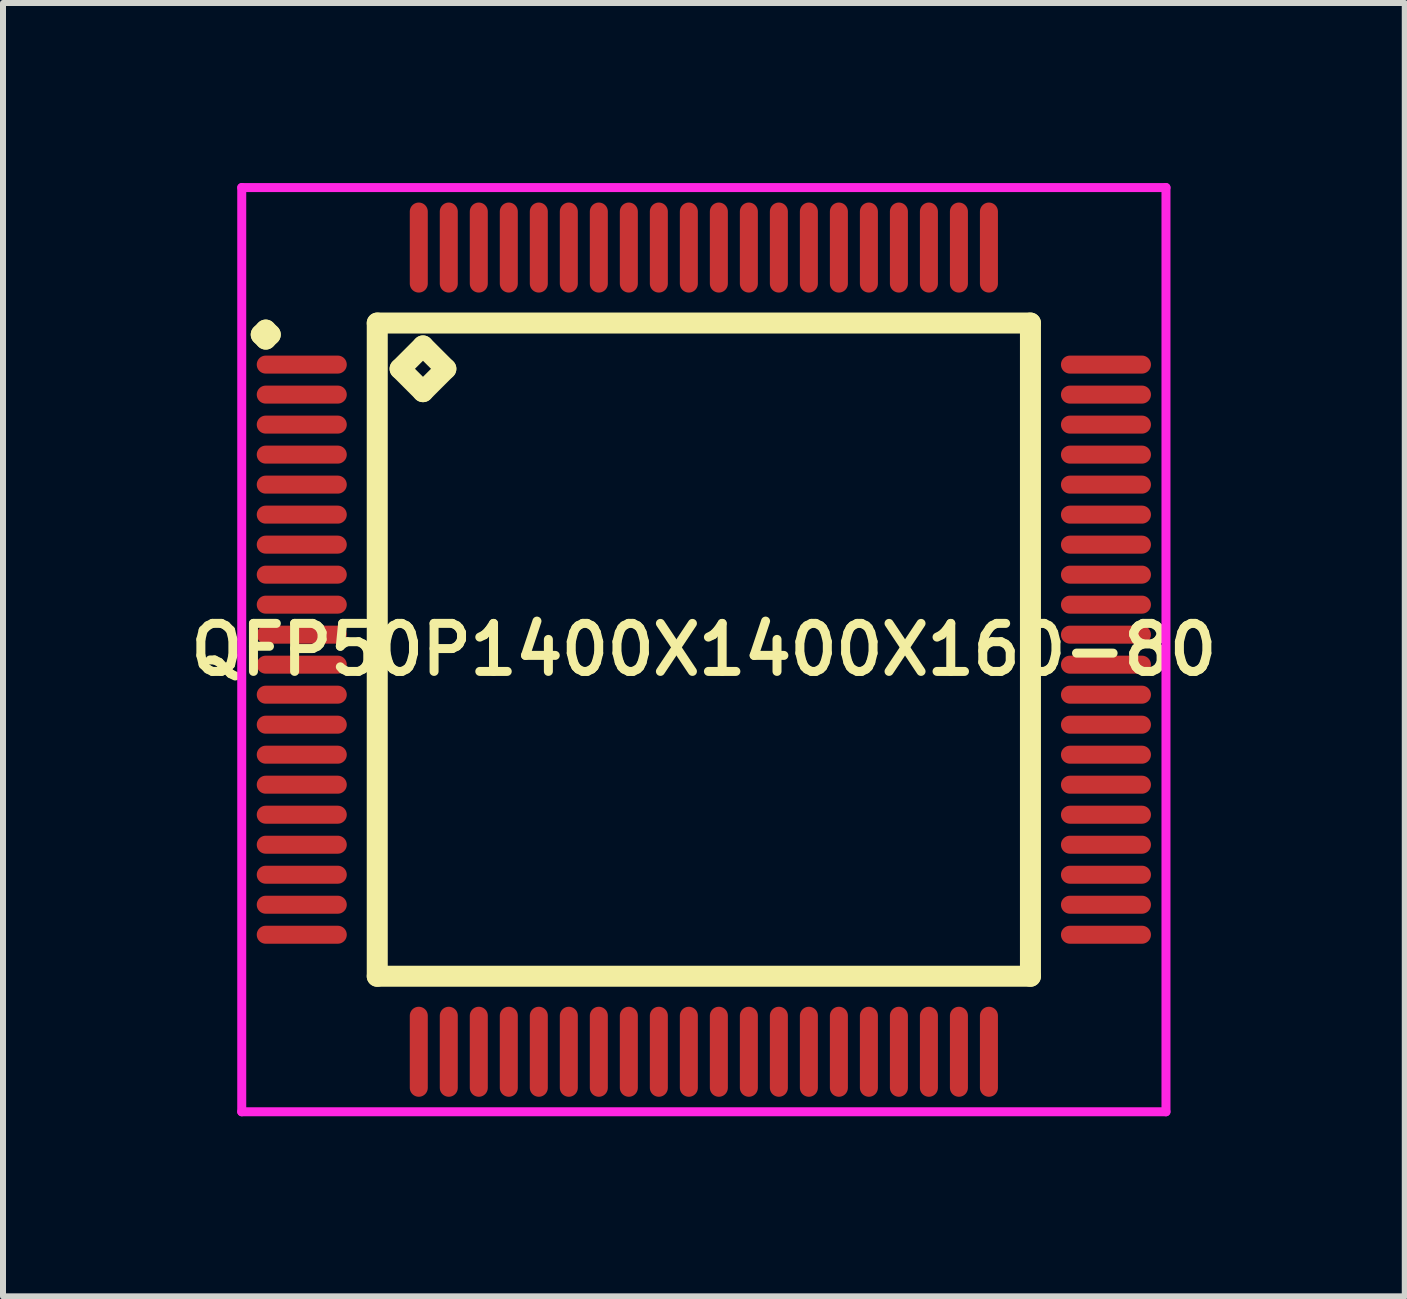
<source format=kicad_pcb>
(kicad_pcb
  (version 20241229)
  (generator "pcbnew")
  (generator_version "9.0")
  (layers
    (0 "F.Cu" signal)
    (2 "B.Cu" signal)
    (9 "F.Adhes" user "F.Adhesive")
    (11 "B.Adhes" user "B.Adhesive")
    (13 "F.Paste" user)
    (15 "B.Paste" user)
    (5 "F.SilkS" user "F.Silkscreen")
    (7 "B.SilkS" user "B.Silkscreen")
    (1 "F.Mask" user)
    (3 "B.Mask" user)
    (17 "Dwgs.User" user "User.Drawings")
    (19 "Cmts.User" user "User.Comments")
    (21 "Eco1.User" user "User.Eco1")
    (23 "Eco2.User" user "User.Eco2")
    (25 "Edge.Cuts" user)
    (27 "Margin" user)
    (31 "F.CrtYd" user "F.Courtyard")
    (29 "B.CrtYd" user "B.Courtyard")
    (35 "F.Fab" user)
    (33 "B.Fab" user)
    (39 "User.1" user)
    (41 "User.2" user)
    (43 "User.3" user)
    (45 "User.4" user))
  (footprint "QFP50P1400X1400X160-80"
    (layer "F.Cu")
    (at 8.678 7.775)
    (property "Reference" "QFP50P1400X1400X160-80" (at 0 0 0) (layer "F.SilkS") (effects (font (size 0.8 0.8) (thickness 0.15))))
    (attr smd)
    (fp_line (start -7.375 -5.25) (end -7.3 -5.325) (stroke (width 0.35) (type solid)) (layer "F.SilkS"))
    (fp_line (start -7.3 -5.325) (end -7.225 -5.25) (stroke (width 0.35) (type solid)) (layer "F.SilkS"))
    (fp_line (start -7.3 -5.175) (end -7.375 -5.25) (stroke (width 0.35) (type solid)) (layer "F.SilkS"))
    (fp_line (start -7.225 -5.25) (end -7.3 -5.175) (stroke (width 0.35) (type solid)) (layer "F.SilkS"))
    (fp_line (start -5.442 -5.442) (end -5.442 5.442) (stroke (width 0.35) (type solid)) (layer "F.SilkS"))
    (fp_line (start -5.442 5.442) (end 5.442 5.442) (stroke (width 0.35) (type solid)) (layer "F.SilkS"))
    (fp_line (start -5.061 -4.68) (end -4.68 -5.061) (stroke (width 0.35) (type solid)) (layer "F.SilkS"))
    (fp_line (start -4.68 -5.061) (end -4.299 -4.68) (stroke (width 0.35) (type solid)) (layer "F.SilkS"))
    (fp_line (start -4.68 -4.299) (end -5.061 -4.68) (stroke (width 0.35) (type solid)) (layer "F.SilkS"))
    (fp_line (start -4.299 -4.68) (end -4.68 -4.299) (stroke (width 0.35) (type solid)) (layer "F.SilkS"))
    (fp_line (start 5.442 -5.442) (end -5.442 -5.442) (stroke (width 0.35) (type solid)) (layer "F.SilkS"))
    (fp_line (start 5.442 5.442) (end 5.442 -5.442) (stroke (width 0.35) (type solid)) (layer "F.SilkS"))
    (fp_line (start -7.7 -7.7) (end 7.7 -7.7) (stroke (width 0.15) (type solid)) (layer "F.CrtYd"))
    (fp_line (start -7.7 7.7) (end -7.7 -7.7) (stroke (width 0.15) (type solid)) (layer "F.CrtYd"))
    (fp_line (start 7.7 -7.7) (end 7.7 7.7) (stroke (width 0.15) (type solid)) (layer "F.CrtYd"))
    (fp_line (start 7.7 7.7) (end -7.7 7.7) (stroke (width 0.15) (type solid)) (layer "F.CrtYd"))
    (pad "1" smd oval (at -6.7 -4.75) (size 1.5 0.3) (layers "F.Cu" "F.Mask" "F.Paste"))
    (pad "2" smd oval (at -6.7 -4.25) (size 1.5 0.3) (layers "F.Cu" "F.Mask" "F.Paste"))
    (pad "3" smd oval (at -6.7 -3.75) (size 1.5 0.3) (layers "F.Cu" "F.Mask" "F.Paste"))
    (pad "4" smd oval (at -6.7 -3.25) (size 1.5 0.3) (layers "F.Cu" "F.Mask" "F.Paste"))
    (pad "5" smd oval (at -6.7 -2.75) (size 1.5 0.3) (layers "F.Cu" "F.Mask" "F.Paste"))
    (pad "6" smd oval (at -6.7 -2.25) (size 1.5 0.3) (layers "F.Cu" "F.Mask" "F.Paste"))
    (pad "7" smd oval (at -6.7 -1.75) (size 1.5 0.3) (layers "F.Cu" "F.Mask" "F.Paste"))
    (pad "8" smd oval (at -6.7 -1.25) (size 1.5 0.3) (layers "F.Cu" "F.Mask" "F.Paste"))
    (pad "9" smd oval (at -6.7 -0.75) (size 1.5 0.3) (layers "F.Cu" "F.Mask" "F.Paste"))
    (pad "10" smd oval (at -6.7 -0.25) (size 1.5 0.3) (layers "F.Cu" "F.Mask" "F.Paste"))
    (pad "11" smd oval (at -6.7 0.25) (size 1.5 0.3) (layers "F.Cu" "F.Mask" "F.Paste"))
    (pad "12" smd oval (at -6.7 0.75) (size 1.5 0.3) (layers "F.Cu" "F.Mask" "F.Paste"))
    (pad "13" smd oval (at -6.7 1.25) (size 1.5 0.3) (layers "F.Cu" "F.Mask" "F.Paste"))
    (pad "14" smd oval (at -6.7 1.75) (size 1.5 0.3) (layers "F.Cu" "F.Mask" "F.Paste"))
    (pad "15" smd oval (at -6.7 2.25) (size 1.5 0.3) (layers "F.Cu" "F.Mask" "F.Paste"))
    (pad "16" smd oval (at -6.7 2.75) (size 1.5 0.3) (layers "F.Cu" "F.Mask" "F.Paste"))
    (pad "17" smd oval (at -6.7 3.25) (size 1.5 0.3) (layers "F.Cu" "F.Mask" "F.Paste"))
    (pad "18" smd oval (at -6.7 3.75) (size 1.5 0.3) (layers "F.Cu" "F.Mask" "F.Paste"))
    (pad "19" smd oval (at -6.7 4.25) (size 1.5 0.3) (layers "F.Cu" "F.Mask" "F.Paste"))
    (pad "20" smd oval (at -6.7 4.75) (size 1.5 0.3) (layers "F.Cu" "F.Mask" "F.Paste"))
    (pad "21" smd oval (at -4.75 6.7) (size 0.3 1.5) (layers "F.Cu" "F.Mask" "F.Paste"))
    (pad "22" smd oval (at -4.25 6.7) (size 0.3 1.5) (layers "F.Cu" "F.Mask" "F.Paste"))
    (pad "23" smd oval (at -3.75 6.7) (size 0.3 1.5) (layers "F.Cu" "F.Mask" "F.Paste"))
    (pad "24" smd oval (at -3.25 6.7) (size 0.3 1.5) (layers "F.Cu" "F.Mask" "F.Paste"))
    (pad "25" smd oval (at -2.75 6.7) (size 0.3 1.5) (layers "F.Cu" "F.Mask" "F.Paste"))
    (pad "26" smd oval (at -2.25 6.7) (size 0.3 1.5) (layers "F.Cu" "F.Mask" "F.Paste"))
    (pad "27" smd oval (at -1.75 6.7) (size 0.3 1.5) (layers "F.Cu" "F.Mask" "F.Paste"))
    (pad "28" smd oval (at -1.25 6.7) (size 0.3 1.5) (layers "F.Cu" "F.Mask" "F.Paste"))
    (pad "29" smd oval (at -0.75 6.7) (size 0.3 1.5) (layers "F.Cu" "F.Mask" "F.Paste"))
    (pad "30" smd oval (at -0.25 6.7) (size 0.3 1.5) (layers "F.Cu" "F.Mask" "F.Paste"))
    (pad "31" smd oval (at 0.25 6.7) (size 0.3 1.5) (layers "F.Cu" "F.Mask" "F.Paste"))
    (pad "32" smd oval (at 0.75 6.7) (size 0.3 1.5) (layers "F.Cu" "F.Mask" "F.Paste"))
    (pad "33" smd oval (at 1.25 6.7) (size 0.3 1.5) (layers "F.Cu" "F.Mask" "F.Paste"))
    (pad "34" smd oval (at 1.75 6.7) (size 0.3 1.5) (layers "F.Cu" "F.Mask" "F.Paste"))
    (pad "35" smd oval (at 2.25 6.7) (size 0.3 1.5) (layers "F.Cu" "F.Mask" "F.Paste"))
    (pad "36" smd oval (at 2.75 6.7) (size 0.3 1.5) (layers "F.Cu" "F.Mask" "F.Paste"))
    (pad "37" smd oval (at 3.25 6.7) (size 0.3 1.5) (layers "F.Cu" "F.Mask" "F.Paste"))
    (pad "38" smd oval (at 3.75 6.7) (size 0.3 1.5) (layers "F.Cu" "F.Mask" "F.Paste"))
    (pad "39" smd oval (at 4.25 6.7) (size 0.3 1.5) (layers "F.Cu" "F.Mask" "F.Paste"))
    (pad "40" smd oval (at 4.75 6.7) (size 0.3 1.5) (layers "F.Cu" "F.Mask" "F.Paste"))
    (pad "41" smd oval (at 6.7 4.75) (size 1.5 0.3) (layers "F.Cu" "F.Mask" "F.Paste"))
    (pad "42" smd oval (at 6.7 4.25) (size 1.5 0.3) (layers "F.Cu" "F.Mask" "F.Paste"))
    (pad "43" smd oval (at 6.7 3.75) (size 1.5 0.3) (layers "F.Cu" "F.Mask" "F.Paste"))
    (pad "44" smd oval (at 6.7 3.25) (size 1.5 0.3) (layers "F.Cu" "F.Mask" "F.Paste"))
    (pad "45" smd oval (at 6.7 2.75) (size 1.5 0.3) (layers "F.Cu" "F.Mask" "F.Paste"))
    (pad "46" smd oval (at 6.7 2.25) (size 1.5 0.3) (layers "F.Cu" "F.Mask" "F.Paste"))
    (pad "47" smd oval (at 6.7 1.75) (size 1.5 0.3) (layers "F.Cu" "F.Mask" "F.Paste"))
    (pad "48" smd oval (at 6.7 1.25) (size 1.5 0.3) (layers "F.Cu" "F.Mask" "F.Paste"))
    (pad "49" smd oval (at 6.7 0.75) (size 1.5 0.3) (layers "F.Cu" "F.Mask" "F.Paste"))
    (pad "50" smd oval (at 6.7 0.25) (size 1.5 0.3) (layers "F.Cu" "F.Mask" "F.Paste"))
    (pad "51" smd oval (at 6.7 -0.25) (size 1.5 0.3) (layers "F.Cu" "F.Mask" "F.Paste"))
    (pad "52" smd oval (at 6.7 -0.75) (size 1.5 0.3) (layers "F.Cu" "F.Mask" "F.Paste"))
    (pad "53" smd oval (at 6.7 -1.25) (size 1.5 0.3) (layers "F.Cu" "F.Mask" "F.Paste"))
    (pad "54" smd oval (at 6.7 -1.75) (size 1.5 0.3) (layers "F.Cu" "F.Mask" "F.Paste"))
    (pad "55" smd oval (at 6.7 -2.25) (size 1.5 0.3) (layers "F.Cu" "F.Mask" "F.Paste"))
    (pad "56" smd oval (at 6.7 -2.75) (size 1.5 0.3) (layers "F.Cu" "F.Mask" "F.Paste"))
    (pad "57" smd oval (at 6.7 -3.25) (size 1.5 0.3) (layers "F.Cu" "F.Mask" "F.Paste"))
    (pad "58" smd oval (at 6.7 -3.75) (size 1.5 0.3) (layers "F.Cu" "F.Mask" "F.Paste"))
    (pad "59" smd oval (at 6.7 -4.25) (size 1.5 0.3) (layers "F.Cu" "F.Mask" "F.Paste"))
    (pad "60" smd oval (at 6.7 -4.75) (size 1.5 0.3) (layers "F.Cu" "F.Mask" "F.Paste"))
    (pad "61" smd oval (at 4.75 -6.7) (size 0.3 1.5) (layers "F.Cu" "F.Mask" "F.Paste"))
    (pad "62" smd oval (at 4.25 -6.7) (size 0.3 1.5) (layers "F.Cu" "F.Mask" "F.Paste"))
    (pad "63" smd oval (at 3.75 -6.7) (size 0.3 1.5) (layers "F.Cu" "F.Mask" "F.Paste"))
    (pad "64" smd oval (at 3.25 -6.7) (size 0.3 1.5) (layers "F.Cu" "F.Mask" "F.Paste"))
    (pad "65" smd oval (at 2.75 -6.7) (size 0.3 1.5) (layers "F.Cu" "F.Mask" "F.Paste"))
    (pad "66" smd oval (at 2.25 -6.7) (size 0.3 1.5) (layers "F.Cu" "F.Mask" "F.Paste"))
    (pad "67" smd oval (at 1.75 -6.7) (size 0.3 1.5) (layers "F.Cu" "F.Mask" "F.Paste"))
    (pad "68" smd oval (at 1.25 -6.7) (size 0.3 1.5) (layers "F.Cu" "F.Mask" "F.Paste"))
    (pad "69" smd oval (at 0.75 -6.7) (size 0.3 1.5) (layers "F.Cu" "F.Mask" "F.Paste"))
    (pad "70" smd oval (at 0.25 -6.7) (size 0.3 1.5) (layers "F.Cu" "F.Mask" "F.Paste"))
    (pad "71" smd oval (at -0.25 -6.7) (size 0.3 1.5) (layers "F.Cu" "F.Mask" "F.Paste"))
    (pad "72" smd oval (at -0.75 -6.7) (size 0.3 1.5) (layers "F.Cu" "F.Mask" "F.Paste"))
    (pad "73" smd oval (at -1.25 -6.7) (size 0.3 1.5) (layers "F.Cu" "F.Mask" "F.Paste"))
    (pad "74" smd oval (at -1.75 -6.7) (size 0.3 1.5) (layers "F.Cu" "F.Mask" "F.Paste"))
    (pad "75" smd oval (at -2.25 -6.7) (size 0.3 1.5) (layers "F.Cu" "F.Mask" "F.Paste"))
    (pad "76" smd oval (at -2.75 -6.7) (size 0.3 1.5) (layers "F.Cu" "F.Mask" "F.Paste"))
    (pad "77" smd oval (at -3.25 -6.7) (size 0.3 1.5) (layers "F.Cu" "F.Mask" "F.Paste"))
    (pad "78" smd oval (at -3.75 -6.7) (size 0.3 1.5) (layers "F.Cu" "F.Mask" "F.Paste"))
    (pad "79" smd oval (at -4.25 -6.7) (size 0.3 1.5) (layers "F.Cu" "F.Mask" "F.Paste"))
    (pad "80" smd oval (at -4.75 -6.7) (size 0.3 1.5) (layers "F.Cu" "F.Mask" "F.Paste")))
  (gr_rect
    (start -3 -3)
    (end 20.357 18.55)
    (stroke (width 0.1) (type default))
    (fill no)
    (layer "Edge.Cuts")))
</source>
